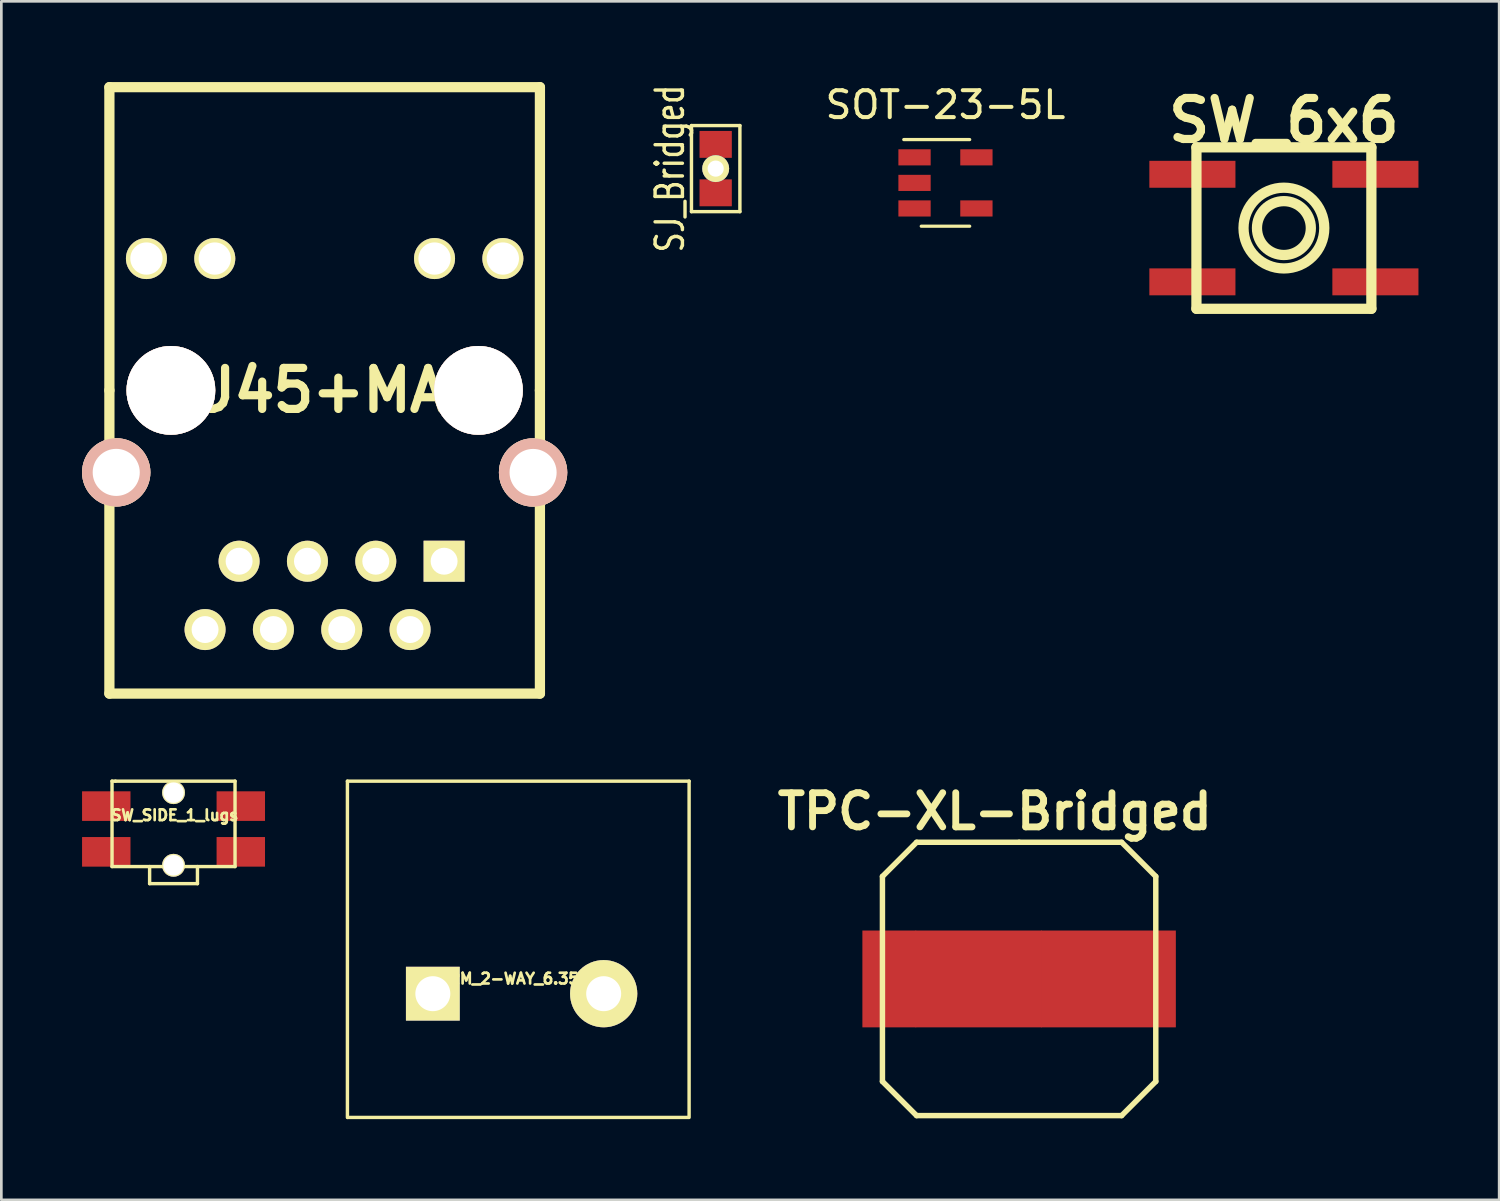
<source format=kicad_pcb>
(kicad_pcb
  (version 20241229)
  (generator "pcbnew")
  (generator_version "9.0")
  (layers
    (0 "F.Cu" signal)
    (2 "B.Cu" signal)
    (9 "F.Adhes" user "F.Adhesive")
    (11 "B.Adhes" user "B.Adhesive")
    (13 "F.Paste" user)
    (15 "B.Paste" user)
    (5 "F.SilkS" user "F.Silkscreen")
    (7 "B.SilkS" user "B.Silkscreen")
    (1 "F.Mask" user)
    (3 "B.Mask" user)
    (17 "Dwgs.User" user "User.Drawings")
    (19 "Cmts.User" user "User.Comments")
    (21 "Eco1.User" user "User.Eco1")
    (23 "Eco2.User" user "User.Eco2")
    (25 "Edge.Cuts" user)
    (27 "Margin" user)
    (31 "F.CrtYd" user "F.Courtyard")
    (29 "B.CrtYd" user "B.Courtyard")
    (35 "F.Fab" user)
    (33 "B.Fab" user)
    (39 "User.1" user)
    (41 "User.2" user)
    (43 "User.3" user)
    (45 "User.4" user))
  (footprint "RJ45+MAG"
    (layer "F.Cu")
    (at 9.017 11.46)
    (property "Reference" "RJ45+MAG" (at 0 0 0) (layer "F.SilkS") (effects (font (size 1.524 1.524) (thickness 0.305))))
    (attr through_hole)
    (fp_line (start -8.001 -11.27) (end 8.001 -11.27) (stroke (width 0.381) (type solid)) (layer "F.SilkS"))
    (fp_line (start -8.001 0) (end -8.001 -11.27) (stroke (width 0.381) (type solid)) (layer "F.SilkS"))
    (fp_line (start -8.001 0) (end -8.001 11.27) (stroke (width 0.381) (type solid)) (layer "F.SilkS"))
    (fp_line (start -8.001 11.27) (end 8.001 11.27) (stroke (width 0.381) (type solid)) (layer "F.SilkS"))
    (fp_line (start 8.001 -11.27) (end 8.001 0) (stroke (width 0.381) (type solid)) (layer "F.SilkS"))
    (fp_line (start 8.001 11.27) (end 8.001 0) (stroke (width 0.381) (type solid)) (layer "F.SilkS"))
    (pad "1" thru_hole rect (at 4.44 6.35) (size 1.524 1.524) (drill 1.001) (layers "*.Cu" "*.Mask" "F.SilkS"))
    (pad "2" thru_hole circle (at 3.175 8.89) (size 1.524 1.524) (drill 1.001) (layers "*.Cu" "*.Mask" "F.SilkS"))
    (pad "3" thru_hole circle (at 1.9 6.35) (size 1.524 1.524) (drill 1.001) (layers "*.Cu" "*.Mask" "F.SilkS"))
    (pad "4" thru_hole circle (at 0.635 8.89) (size 1.524 1.524) (drill 1.001) (layers "*.Cu" "*.Mask" "F.SilkS"))
    (pad "5" thru_hole circle (at -0.64 6.35) (size 1.524 1.524) (drill 1.001) (layers "*.Cu" "*.Mask" "F.SilkS"))
    (pad "6" thru_hole circle (at -1.905 8.89) (size 1.524 1.524) (drill 1.001) (layers "*.Cu" "*.Mask" "F.SilkS"))
    (pad "7" thru_hole circle (at -3.18 6.35) (size 1.524 1.524) (drill 1.001) (layers "*.Cu" "*.Mask" "F.SilkS"))
    (pad "8" thru_hole circle (at -4.445 8.89) (size 1.524 1.524) (drill 1.001) (layers "*.Cu" "*.Mask" "F.SilkS"))
    (pad "9" thru_hole circle (at 6.624 -4.9) (size 1.524 1.524) (drill 1.199) (layers "*.Cu" "*.Mask" "F.SilkS"))
    (pad "10" thru_hole circle (at 4.084 -4.9) (size 1.524 1.524) (drill 1.199) (layers "*.Cu" "*.Mask" "F.SilkS"))
    (pad "11" thru_hole circle (at -4.084 -4.9) (size 1.524 1.524) (drill 1.199) (layers "*.Cu" "*.Mask" "F.SilkS"))
    (pad "12" thru_hole circle (at -6.624 -4.9) (size 1.524 1.524) (drill 1.199) (layers "*.Cu" "*.Mask" "F.SilkS"))
    (pad "13" thru_hole circle (at 7.747 3.051) (size 2.54 2.54) (drill 1.75) (layers "*.Cu" "*.SilkS" "*.Mask"))
    (pad "14" thru_hole circle (at -7.747 3.048) (size 2.54 2.54) (drill 1.75) (layers "*.Cu" "*.SilkS" "*.Mask"))
    (pad "Hole" thru_hole circle (at -5.715 0) (size 3.299 3.299) (drill 3.299) (layers "*.Cu" "*.SilkS" "*.Mask"))
    (pad "Hole" thru_hole circle (at 5.715 0) (size 3.299 3.299) (drill 3.299) (layers "*.Cu" "*.SilkS" "*.Mask")))
  (footprint "SJ_Bridged"
    (layer "F.Cu")
    (at 23.551 3.217)
    (property "Reference" "SJ_Bridged" (at -1.7 0 90) (layer "F.SilkS") (effects (font (size 1.016 0.762) (thickness 0.127))))
    (attr exclude_from_pos_files exclude_from_bom)
    (fp_line (start -0.9 -1.6) (end -0.9 1.6) (stroke (width 0.127) (type solid)) (layer "F.SilkS"))
    (fp_line (start -0.9 -1.6) (end 0.9 -1.6) (stroke (width 0.127) (type solid)) (layer "F.SilkS"))
    (fp_line (start 0.9 1.6) (end -0.9 1.6) (stroke (width 0.127) (type solid)) (layer "F.SilkS"))
    (fp_line (start 0.9 1.6) (end 0.9 -1.6) (stroke (width 0.127) (type solid)) (layer "F.SilkS"))
    (pad "1" smd rect (at 0 -0.9) (size 1.2 1) (layers "F.Cu" "F.Mask"))
    (pad "1" thru_hole circle (at 0 0) (size 1 1) (drill 0.6) (layers "*.Cu" "*.Mask" "F.SilkS"))
    (pad "2" smd rect (at 0 0.9) (size 1.2 1) (layers "F.Cu" "F.Mask")))
  (footprint "TPC-XL-Bridged"
    (layer "F.Cu")
    (at 34.829 33.336)
    (property "Reference" "TPC-XL-Bridged" (at -0.904 -6.226 0) (layer "F.SilkS") (effects (font (size 1.27 1.27) (thickness 0.254))))
    (attr smd)
    (fp_line (start -5.08 -3.81) (end -3.81 -5.08) (stroke (width 0.203) (type solid)) (layer "F.SilkS"))
    (fp_line (start -5.08 3.81) (end -5.08 -3.81) (stroke (width 0.203) (type solid)) (layer "F.SilkS"))
    (fp_line (start -3.81 -5.08) (end 0 -5.08) (stroke (width 0.203) (type solid)) (layer "F.SilkS"))
    (fp_line (start -3.81 5.08) (end -5.08 3.81) (stroke (width 0.203) (type solid)) (layer "F.SilkS"))
    (fp_line (start 0 -5.08) (end 3.81 -5.08) (stroke (width 0.203) (type solid)) (layer "F.SilkS"))
    (fp_line (start 3.81 -5.08) (end 5.08 -3.81) (stroke (width 0.203) (type solid)) (layer "F.SilkS"))
    (fp_line (start 3.81 5.08) (end -3.81 5.08) (stroke (width 0.203) (type solid)) (layer "F.SilkS"))
    (fp_line (start 5.08 -3.81) (end 5.08 3.81) (stroke (width 0.203) (type solid)) (layer "F.SilkS"))
    (fp_line (start 5.08 3.81) (end 3.81 5.08) (stroke (width 0.203) (type solid)) (layer "F.SilkS"))
    (fp_text user "" (at 0 0 0) (layer "F.SilkS") (effects (font (size 1.016 1.016) (thickness 0.254))))
    (fp_text user "" (at 0 0 0) (layer "F.SilkS") (effects (font (size 1.016 1.016) (thickness 0.254))))
    (pad "1" smd rect (at -4.826 0) (size 1.999 3.599) (layers "F.Cu" "F.Mask" "F.Paste"))
    (pad "2" smd rect (at 3.326 0) (size 4.999 3.599) (layers "F.Cu" "F.Mask" "F.Paste"))
    (pad "3" smd rect (at -1.5 0) (size 4.7 3.599) (layers "F.Cu" "F.Mask" "F.Paste")))
  (footprint "SOT-23-5L"
    (layer "F.Cu")
    (at 32.092 3.748)
    (property "Reference" "SOT-23-5L" (at 0 -2.9 0) (layer "F.SilkS") (effects (font (size 1 1) (thickness 0.15))))
    (attr smd)
    (fp_line (start -0.9 1.61) (end 0.9 1.61) (stroke (width 0.12) (type solid)) (layer "F.SilkS"))
    (fp_line (start 0.9 -1.61) (end -1.55 -1.61) (stroke (width 0.12) (type solid)) (layer "F.SilkS"))
    (pad "1" smd rect (at -1.15 -0.95) (size 1.2 0.6) (layers "F.Cu" "F.Mask" "F.Paste"))
    (pad "2" smd rect (at -1.15 0) (size 1.2 0.6) (layers "F.Cu" "F.Mask" "F.Paste"))
    (pad "3" smd rect (at -1.15 0.95) (size 1.2 0.6) (layers "F.Cu" "F.Mask" "F.Paste"))
    (pad "4" smd rect (at 1.15 0.95) (size 1.2 0.6) (layers "F.Cu" "F.Mask" "F.Paste"))
    (pad "5" smd rect (at 1.15 -0.95) (size 1.2 0.6) (layers "F.Cu" "F.Mask" "F.Paste")))
  (footprint "TERM_2-WAY_6.35mm"
    (layer "F.Cu")
    (at 16.213 33.884)
    (property "Reference" "TERM_2-WAY_6.35mm" (at 0.041 -0.559 0) (layer "F.SilkS") (effects (font (size 0.399 0.399) (thickness 0.099))))
    (attr through_hole)
    (fp_line (start -6.35 4.6) (end -6.35 -7.899) (stroke (width 0.127) (type solid)) (layer "F.SilkS"))
    (fp_line (start -6.34 4.6) (end 6.32 4.6) (stroke (width 0.127) (type solid)) (layer "F.SilkS"))
    (fp_line (start 6.35 -7.899) (end -6.35 -7.899) (stroke (width 0.127) (type solid)) (layer "F.SilkS"))
    (fp_line (start 6.35 4.6) (end 6.35 -7.899) (stroke (width 0.127) (type solid)) (layer "F.SilkS"))
    (pad "1" thru_hole rect (at -3.175 0) (size 1.999 1.999) (drill 1.3) (layers "*.Cu" "*.Mask" "F.SilkS"))
    (pad "2" thru_hole circle (at 3.175 0) (size 2.499 2.499) (drill 1.3) (layers "*.Cu" "*.Mask" "F.SilkS")))
  (footprint "SW_SIDE_1_lugs"
    (layer "F.Cu")
    (at 3.4 27.762)
    (property "Reference" "SW_SIDE_1_lugs" (at 0.04 -0.51 0) (layer "F.SilkS") (effects (font (size 0.399 0.399) (thickness 0.099))))
    (attr smd)
    (fp_line (start -2.286 -1.778) (end -2.159 -1.778) (stroke (width 0.127) (type solid)) (layer "F.SilkS"))
    (fp_line (start -2.286 1.397) (end -2.286 -1.778) (stroke (width 0.127) (type solid)) (layer "F.SilkS"))
    (fp_line (start -2.159 -1.778) (end 2.286 -1.778) (stroke (width 0.127) (type solid)) (layer "F.SilkS"))
    (fp_line (start -0.889 2.032) (end -0.889 1.397) (stroke (width 0.127) (type solid)) (layer "F.SilkS"))
    (fp_line (start 0.889 1.397) (end 0.889 2.032) (stroke (width 0.127) (type solid)) (layer "F.SilkS"))
    (fp_line (start 0.889 2.032) (end -0.889 2.032) (stroke (width 0.127) (type solid)) (layer "F.SilkS"))
    (fp_line (start 2.286 -1.778) (end 2.286 1.397) (stroke (width 0.127) (type solid)) (layer "F.SilkS"))
    (fp_line (start 2.286 1.397) (end -2.286 1.397) (stroke (width 0.127) (type solid)) (layer "F.SilkS"))
    (pad "" np_thru_hole circle (at 0 -1.35) (size 0.85 0.85) (drill 0.762) (layers "*.Cu" "*.Mask" "F.SilkS"))
    (pad "" np_thru_hole circle (at 0 1.35) (size 0.85 0.85) (drill 0.762) (layers "*.Cu" "*.Mask" "F.SilkS"))
    (pad "1" smd rect (at -2.5 0.85) (size 1.8 1.1) (layers "F.Cu" "F.Mask" "F.Paste"))
    (pad "1" smd rect (at 2.5 0.85) (size 1.8 1.1) (layers "F.Cu" "F.Mask" "F.Paste"))
    (pad "2" smd rect (at -2.5 -0.85) (size 1.8 1.1) (layers "F.Cu" "F.Mask" "F.Paste"))
    (pad "2" smd rect (at 2.5 -0.85) (size 1.8 1.1) (layers "F.Cu" "F.Mask" "F.Paste")))
  (footprint "SW_6x6"
    (layer "F.Cu")
    (at 44.671 5.427)
    (property "Reference" "SW_6x6" (at 0 -4 0) (layer "F.SilkS") (effects (font (size 1.524 1.524) (thickness 0.305))))
    (attr through_hole)
    (fp_line (start -3.251 -3) (end 3.251 -3) (stroke (width 0.381) (type solid)) (layer "F.SilkS"))
    (fp_line (start -3.251 3) (end -3.251 -3) (stroke (width 0.381) (type solid)) (layer "F.SilkS"))
    (fp_line (start 3.251 -3) (end 3.251 3) (stroke (width 0.381) (type solid)) (layer "F.SilkS"))
    (fp_line (start 3.251 3) (end -3.251 3) (stroke (width 0.381) (type solid)) (layer "F.SilkS"))
    (fp_circle (center 0 0) (end 1.001 0) (stroke (width 0.381) (type solid)) (fill no) (layer "F.SilkS"))
    (fp_circle (center 0 0) (end 1.501 0) (stroke (width 0.381) (type solid)) (fill no) (layer "F.SilkS"))
    (pad "1" smd rect (at -3.401 1.999) (size 3.2 1.001) (layers "F.Cu" "F.Mask" "F.Paste"))
    (pad "2" smd rect (at 3.401 1.999) (size 3.2 1.001) (layers "F.Cu" "F.Mask" "F.Paste"))
    (pad "3" smd rect (at 3.401 -1.999) (size 3.2 1.001) (layers "F.Cu" "F.Mask" "F.Paste"))
    (pad "4" smd rect (at -3.401 -1.999) (size 3.2 1.001) (layers "F.Cu" "F.Mask" "F.Paste")))
  (gr_rect
    (start -3 -3)
    (end 52.672 41.547)
    (stroke (width 0.1) (type default))
    (fill no)
    (layer "Edge.Cuts")))
</source>
